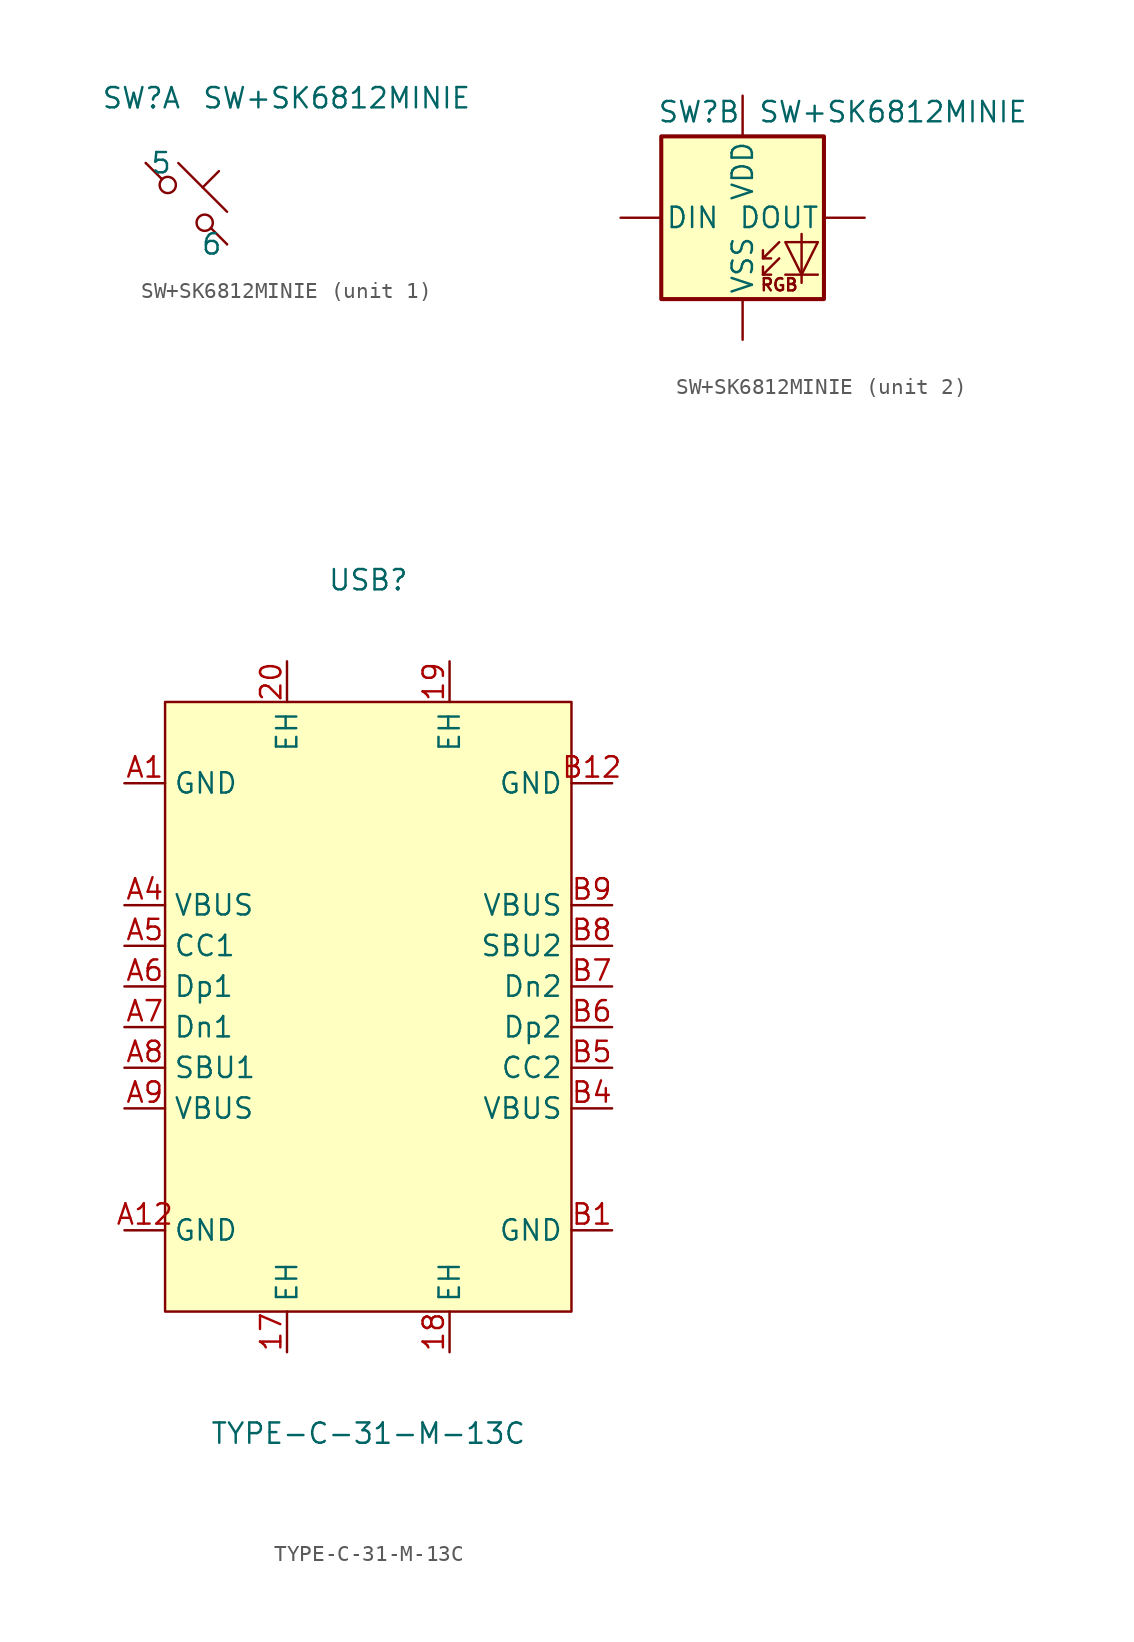
<source format=kicad_sym>
(kicad_symbol_lib
  (version 20231120)
  (generator "kicad_symbol_editor")
  (generator_version "8.0")
  (symbol "SW+SK6812MINIE"
    (pin_numbers hide)
    (pin_names
      (offset 0.254))
    (property "Reference" "SW"
      (at -5.334 6.604 0)
      (effects (font (size 1.27 1.27)) (justify left)))
    (property "Value" "SW+SK6812MINIE"
      (at 9.398 6.604 0)
      (effects (font (size 1.27 1.27))))
    (property "ki_locked" ""
      (at 0 0 0)
      (effects (font (size 1.27 1.27))))
    (symbol "SW+SK6812MINIE_1_1"
      (circle (center -1.168 1.168) (radius 0.508) (stroke (width 0) (type default)) (fill (type none)))
      (polyline (pts (xy -0.508 2.54) (xy 2.54 -0.508)) (stroke (width 0) (type default)) (fill (type none)))
      (polyline (pts (xy 1.016 1.016) (xy 2.032 2.032)) (stroke (width 0) (type default)) (fill (type none)))
      (polyline (pts (xy -2.54 2.54) (xy -1.524 1.524) (xy -1.524 1.524)) (stroke (width 0) (type default)) (fill (type none)))
      (polyline (pts (xy 1.524 -1.524) (xy 2.54 -2.54) (xy 2.54 -2.54) (xy 2.54 -2.54)) (stroke (width 0) (type default)) (fill (type none)))
      (circle (center 1.143 -1.194) (radius 0.508) (stroke (width 0) (type default)) (fill (type none)))
      (pin passive line (at -2.54 2.54 0) (length 0) (name "5" (effects (font (size 1.27 1.27)))) (number "5" (effects (font (size 1.27 1.27)))))
      (pin passive line (at 2.54 -2.54 180) (length 0) (name "6" (effects (font (size 1.27 1.27)))) (number "6" (effects (font (size 1.27 1.27))))))
    (symbol "SW+SK6812MINIE_2_0"
      (text "RGB" (at 2.286 -4.191 0) (effects (font (size 0.762 0.762)))))
    (symbol "SW+SK6812MINIE_2_1"
      (rectangle (start -5.08 5.08) (end 5.08 -5.08) (stroke (width 0.254) (type default)) (fill (type background)))
      (polyline (pts (xy 1.27 -3.556) (xy 1.778 -3.556)) (stroke (width 0) (type default)) (fill (type none)))
      (polyline (pts (xy 1.27 -2.54) (xy 1.778 -2.54)) (stroke (width 0) (type default)) (fill (type none)))
      (polyline (pts (xy 4.699 -3.556) (xy 2.667 -3.556)) (stroke (width 0) (type default)) (fill (type none)))
      (polyline (pts (xy 2.286 -2.54) (xy 1.27 -3.556) (xy 1.27 -3.048)) (stroke (width 0) (type default)) (fill (type none)))
      (polyline (pts (xy 2.286 -1.524) (xy 1.27 -2.54) (xy 1.27 -2.032)) (stroke (width 0) (type default)) (fill (type none)))
      (polyline (pts (xy 3.683 -1.016) (xy 3.683 -3.556) (xy 3.683 -4.064)) (stroke (width 0) (type default)) (fill (type none)))
      (polyline (pts (xy 4.699 -1.524) (xy 2.667 -1.524) (xy 3.683 -3.556) (xy 4.699 -1.524)) (stroke (width 0) (type default)) (fill (type none)))
      (pin power_in line (at 0 -7.62 90) (length 2.54) (name "VSS" (effects (font (size 1.27 1.27)))) (number "1" (effects (font (size 1.27 1.27)))))
      (pin input line (at -7.62 0 0) (length 2.54) (name "DIN" (effects (font (size 1.27 1.27)))) (number "2" (effects (font (size 1.27 1.27)))))
      (pin power_in line (at 0 7.62 270) (length 2.54) (name "VDD" (effects (font (size 1.27 1.27)))) (number "3" (effects (font (size 1.27 1.27)))))
      (pin output line (at 7.62 0 180) (length 2.54) (name "DOUT" (effects (font (size 1.27 1.27)))) (number "4" (effects (font (size 1.27 1.27)))))))
  (symbol "TYPE-C-31-M-13C"
    (property "Reference" "USB"
      (at 0 27.94 0)
      (effects (font (size 1.27 1.27))))
    (property "Value" "TYPE-C-31-M-13C"
      (at 0 -25.4 0)
      (effects (font (size 1.27 1.27))))
    (symbol "TYPE-C-31-M-13C_0_1"
      (rectangle (start -12.7 20.32) (end 12.7 -17.78) (stroke (width 0) (type default)) (fill (type background)))
      (pin unspecified line (at -5.08 -20.32 90) (length 2.54) (name "EH" (effects (font (size 1.27 1.27)))) (number "17" (effects (font (size 1.27 1.27)))))
      (pin unspecified line (at 5.08 -20.32 90) (length 2.54) (name "EH" (effects (font (size 1.27 1.27)))) (number "18" (effects (font (size 1.27 1.27)))))
      (pin unspecified line (at 5.08 22.86 270) (length 2.54) (name "EH" (effects (font (size 1.27 1.27)))) (number "19" (effects (font (size 1.27 1.27)))))
      (pin unspecified line (at -5.08 22.86 270) (length 2.54) (name "EH" (effects (font (size 1.27 1.27)))) (number "20" (effects (font (size 1.27 1.27)))))
      (pin unspecified line (at -15.24 15.24 0) (length 2.54) (name "GND" (effects (font (size 1.27 1.27)))) (number "A1" (effects (font (size 1.27 1.27)))))
      (pin unspecified line (at -15.24 -12.7 0) (length 2.54) (name "GND" (effects (font (size 1.27 1.27)))) (number "A12" (effects (font (size 1.27 1.27)))))
      (pin unspecified line (at -15.24 7.62 0) (length 2.54) (name "VBUS" (effects (font (size 1.27 1.27)))) (number "A4" (effects (font (size 1.27 1.27)))))
      (pin unspecified line (at -15.24 5.08 0) (length 2.54) (name "CC1" (effects (font (size 1.27 1.27)))) (number "A5" (effects (font (size 1.27 1.27)))))
      (pin unspecified line (at -15.24 2.54 0) (length 2.54) (name "Dp1" (effects (font (size 1.27 1.27)))) (number "A6" (effects (font (size 1.27 1.27)))))
      (pin unspecified line (at -15.24 0 0) (length 2.54) (name "Dn1" (effects (font (size 1.27 1.27)))) (number "A7" (effects (font (size 1.27 1.27)))))
      (pin unspecified line (at -15.24 -2.54 0) (length 2.54) (name "SBU1" (effects (font (size 1.27 1.27)))) (number "A8" (effects (font (size 1.27 1.27)))))
      (pin unspecified line (at -15.24 -5.08 0) (length 2.54) (name "VBUS" (effects (font (size 1.27 1.27)))) (number "A9" (effects (font (size 1.27 1.27)))))
      (pin unspecified line (at 15.24 -12.7 180) (length 2.54) (name "GND" (effects (font (size 1.27 1.27)))) (number "B1" (effects (font (size 1.27 1.27)))))
      (pin unspecified line (at 15.24 15.24 180) (length 2.54) (name "GND" (effects (font (size 1.27 1.27)))) (number "B12" (effects (font (size 1.27 1.27)))))
      (pin unspecified line (at 15.24 -5.08 180) (length 2.54) (name "VBUS" (effects (font (size 1.27 1.27)))) (number "B4" (effects (font (size 1.27 1.27)))))
      (pin unspecified line (at 15.24 -2.54 180) (length 2.54) (name "CC2" (effects (font (size 1.27 1.27)))) (number "B5" (effects (font (size 1.27 1.27)))))
      (pin unspecified line (at 15.24 0 180) (length 2.54) (name "Dp2" (effects (font (size 1.27 1.27)))) (number "B6" (effects (font (size 1.27 1.27)))))
      (pin unspecified line (at 15.24 2.54 180) (length 2.54) (name "Dn2" (effects (font (size 1.27 1.27)))) (number "B7" (effects (font (size 1.27 1.27)))))
      (pin unspecified line (at 15.24 5.08 180) (length 2.54) (name "SBU2" (effects (font (size 1.27 1.27)))) (number "B8" (effects (font (size 1.27 1.27)))))
      (pin unspecified line (at 15.24 7.62 180) (length 2.54) (name "VBUS" (effects (font (size 1.27 1.27)))) (number "B9" (effects (font (size 1.27 1.27))))))))
</source>
